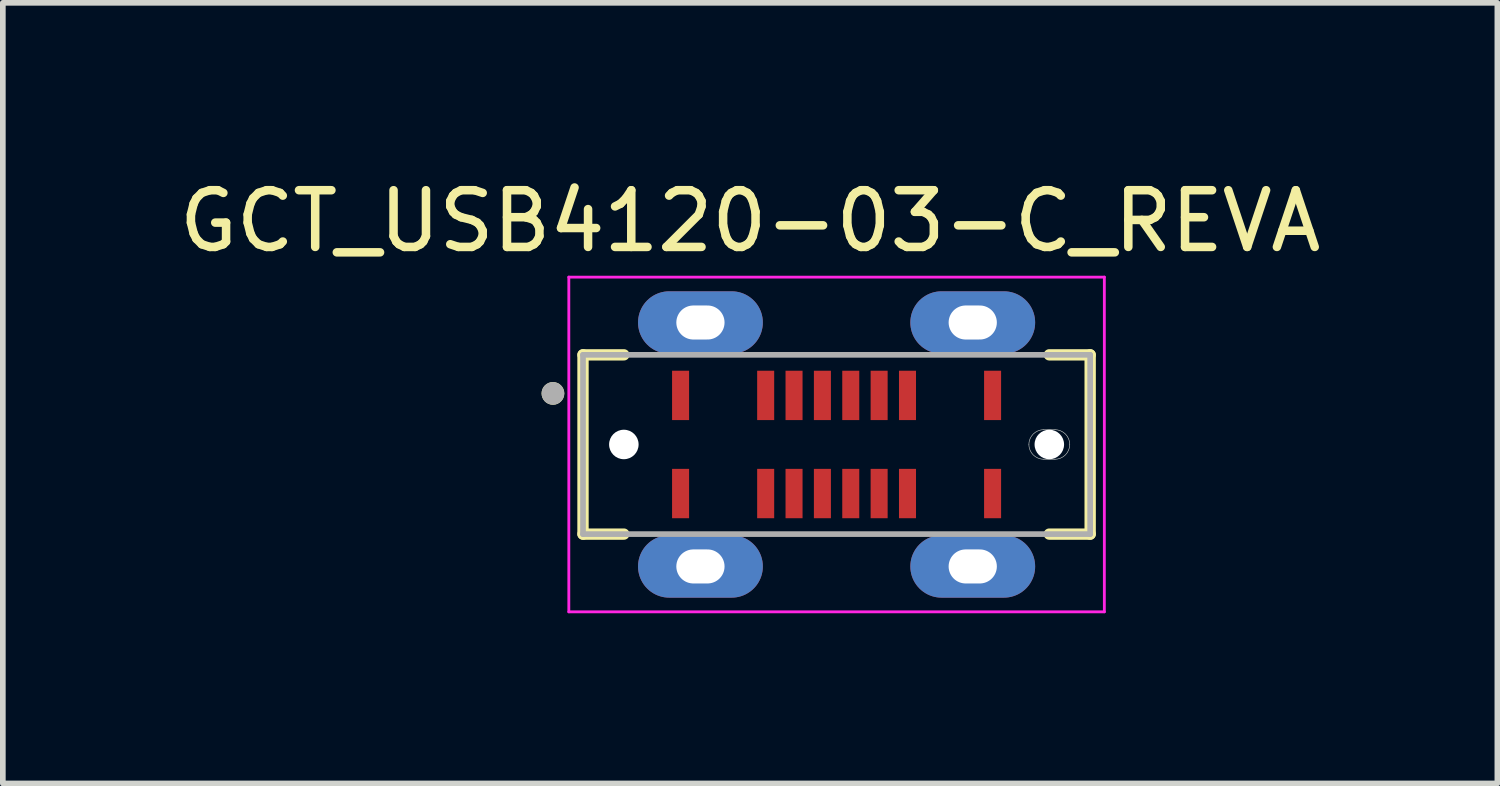
<source format=kicad_pcb>
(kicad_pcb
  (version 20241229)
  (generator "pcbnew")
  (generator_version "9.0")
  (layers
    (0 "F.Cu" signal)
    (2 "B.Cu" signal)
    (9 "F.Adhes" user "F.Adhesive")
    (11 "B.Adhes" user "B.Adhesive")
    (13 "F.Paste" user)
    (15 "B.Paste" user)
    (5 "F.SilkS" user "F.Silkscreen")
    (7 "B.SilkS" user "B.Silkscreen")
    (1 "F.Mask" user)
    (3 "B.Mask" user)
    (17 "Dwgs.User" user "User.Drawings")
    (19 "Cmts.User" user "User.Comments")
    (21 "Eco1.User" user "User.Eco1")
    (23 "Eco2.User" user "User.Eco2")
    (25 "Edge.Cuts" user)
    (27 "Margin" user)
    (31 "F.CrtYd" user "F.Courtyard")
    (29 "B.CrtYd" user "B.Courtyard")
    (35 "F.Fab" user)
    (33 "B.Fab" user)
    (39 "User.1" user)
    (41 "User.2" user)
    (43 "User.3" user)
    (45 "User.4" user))
  (footprint "GCT_USB4120-03-C_REVA"
    (layer "F.Cu")
    (at 11.697 4.785)
    (property "Reference" "GCT_USB4120-03-C_REVA" (at -1.524 -3.937 0) (layer "F.SilkS") (effects (font (size 1 1) (thickness 0.15))))
    (attr through_hole)
    (fp_line (start -4.47 -1.58) (end -4.47 1.58) (stroke (width 0.2) (type solid)) (layer "F.SilkS"))
    (fp_line (start -4.47 1.58) (end -3.75 1.58) (stroke (width 0.2) (type solid)) (layer "F.SilkS"))
    (fp_line (start -3.75 -1.58) (end -4.47 -1.58) (stroke (width 0.2) (type solid)) (layer "F.SilkS"))
    (fp_line (start 3.75 -1.58) (end 4.47 -1.58) (stroke (width 0.2) (type solid)) (layer "F.SilkS"))
    (fp_line (start 4.47 -1.58) (end 4.47 1.58) (stroke (width 0.2) (type solid)) (layer "F.SilkS"))
    (fp_line (start 4.47 1.58) (end 3.75 1.58) (stroke (width 0.2) (type solid)) (layer "F.SilkS"))
    (fp_circle (center -5 -0.9) (end -4.9 -0.9) (stroke (width 0.2) (type solid)) (fill no) (layer "F.SilkS"))
    (fp_line (start 3.65 -0.26) (end 3.85 -0.26) (stroke (width 0.01) (type solid)) (layer "Edge.Cuts"))
    (fp_line (start 3.85 0.26) (end 3.65 0.26) (stroke (width 0.01) (type solid)) (layer "Edge.Cuts"))
    (fp_arc (start 3.39 0) (mid 3.466152 -0.183848) (end 3.65 -0.26) (stroke (width 0.01) (type solid)) (layer "Edge.Cuts"))
    (fp_arc (start 3.65 0.26) (mid 3.466152 0.183848) (end 3.39 0) (stroke (width 0.01) (type solid)) (layer "Edge.Cuts"))
    (fp_arc (start 3.85 -0.26) (mid 4.033848 -0.183848) (end 4.11 0) (stroke (width 0.01) (type solid)) (layer "Edge.Cuts"))
    (fp_arc (start 4.11 0) (mid 4.033848 0.183848) (end 3.85 0.26) (stroke (width 0.01) (type solid)) (layer "Edge.Cuts"))
    (fp_line (start -4.72 -2.95) (end 4.72 -2.95) (stroke (width 0.05) (type solid)) (layer "F.CrtYd"))
    (fp_line (start -4.72 2.95) (end -4.72 -2.95) (stroke (width 0.05) (type solid)) (layer "F.CrtYd"))
    (fp_line (start 4.72 -2.95) (end 4.72 2.95) (stroke (width 0.05) (type solid)) (layer "F.CrtYd"))
    (fp_line (start 4.72 2.95) (end -4.72 2.95) (stroke (width 0.05) (type solid)) (layer "F.CrtYd"))
    (fp_line (start -4.47 -1.58) (end 4.47 -1.58) (stroke (width 0.1) (type solid)) (layer "F.Fab"))
    (fp_line (start -4.47 1.58) (end -4.47 -1.58) (stroke (width 0.1) (type solid)) (layer "F.Fab"))
    (fp_line (start 4.47 -1.58) (end 4.47 1.58) (stroke (width 0.1) (type solid)) (layer "F.Fab"))
    (fp_line (start 4.47 1.58) (end -4.47 1.58) (stroke (width 0.1) (type solid)) (layer "F.Fab"))
    (fp_circle (center -5 -0.9) (end -4.9 -0.9) (stroke (width 0.2) (type solid)) (fill no) (layer "F.Fab"))
    (pad "" np_thru_hole circle (at -3.75 0) (size 0.52 0.52) (drill 0.52) (layers "*.Cu" "*.Mask"))
    (pad "" np_thru_hole circle (at 3.75 0) (size 0.52 0.52) (drill 0.52) (layers "*.Cu" "*.Mask"))
    (pad "A1" smd rect (at -2.75 -0.865) (size 0.3 0.87) (layers "F.Cu" "F.Mask" "F.Paste"))
    (pad "A4" smd rect (at -1.25 -0.865) (size 0.3 0.87) (layers "F.Cu" "F.Mask" "F.Paste"))
    (pad "A5" smd rect (at -0.75 -0.865) (size 0.3 0.87) (layers "F.Cu" "F.Mask" "F.Paste"))
    (pad "A6" smd rect (at -0.25 -0.865) (size 0.3 0.87) (layers "F.Cu" "F.Mask" "F.Paste"))
    (pad "A7" smd rect (at 0.25 -0.865) (size 0.3 0.87) (layers "F.Cu" "F.Mask" "F.Paste"))
    (pad "A8" smd rect (at 0.75 -0.865) (size 0.3 0.87) (layers "F.Cu" "F.Mask" "F.Paste"))
    (pad "A9" smd rect (at 1.25 -0.865) (size 0.3 0.87) (layers "F.Cu" "F.Mask" "F.Paste"))
    (pad "A12" smd rect (at 2.75 -0.865) (size 0.3 0.87) (layers "F.Cu" "F.Mask" "F.Paste"))
    (pad "B1" smd rect (at 2.75 0.865) (size 0.3 0.87) (layers "F.Cu" "F.Mask" "F.Paste"))
    (pad "B4" smd rect (at 1.25 0.865) (size 0.3 0.87) (layers "F.Cu" "F.Mask" "F.Paste"))
    (pad "B5" smd rect (at 0.75 0.865) (size 0.3 0.87) (layers "F.Cu" "F.Mask" "F.Paste"))
    (pad "B6" smd rect (at 0.25 0.865) (size 0.3 0.87) (layers "F.Cu" "F.Mask" "F.Paste"))
    (pad "B7" smd rect (at -0.25 0.865) (size 0.3 0.87) (layers "F.Cu" "F.Mask" "F.Paste"))
    (pad "B8" smd rect (at -0.75 0.865) (size 0.3 0.87) (layers "F.Cu" "F.Mask" "F.Paste"))
    (pad "B9" smd rect (at -1.25 0.865) (size 0.3 0.87) (layers "F.Cu" "F.Mask" "F.Paste"))
    (pad "B12" smd rect (at -2.75 0.865) (size 0.3 0.87) (layers "F.Cu" "F.Mask" "F.Paste"))
    (pad "S" thru_hole oval (at -2.4 -2.15) (size 2.2 1.1) (drill oval 0.85 0.6) (layers "*.Cu" "*.Mask"))
    (pad "S" thru_hole oval (at -2.4 2.15) (size 2.2 1.1) (drill oval 0.85 0.6) (layers "*.Cu" "*.Mask"))
    (pad "S" thru_hole oval (at 2.4 -2.15) (size 2.2 1.1) (drill oval 0.85 0.6) (layers "*.Cu" "*.Mask"))
    (pad "S" thru_hole oval (at 2.4 2.15) (size 2.2 1.1) (drill oval 0.85 0.6) (layers "*.Cu" "*.Mask")))
  (gr_rect
    (start -3 -3)
    (end 23.345 10.76)
    (stroke (width 0.1) (type default))
    (fill no)
    (layer "Edge.Cuts")))
</source>
